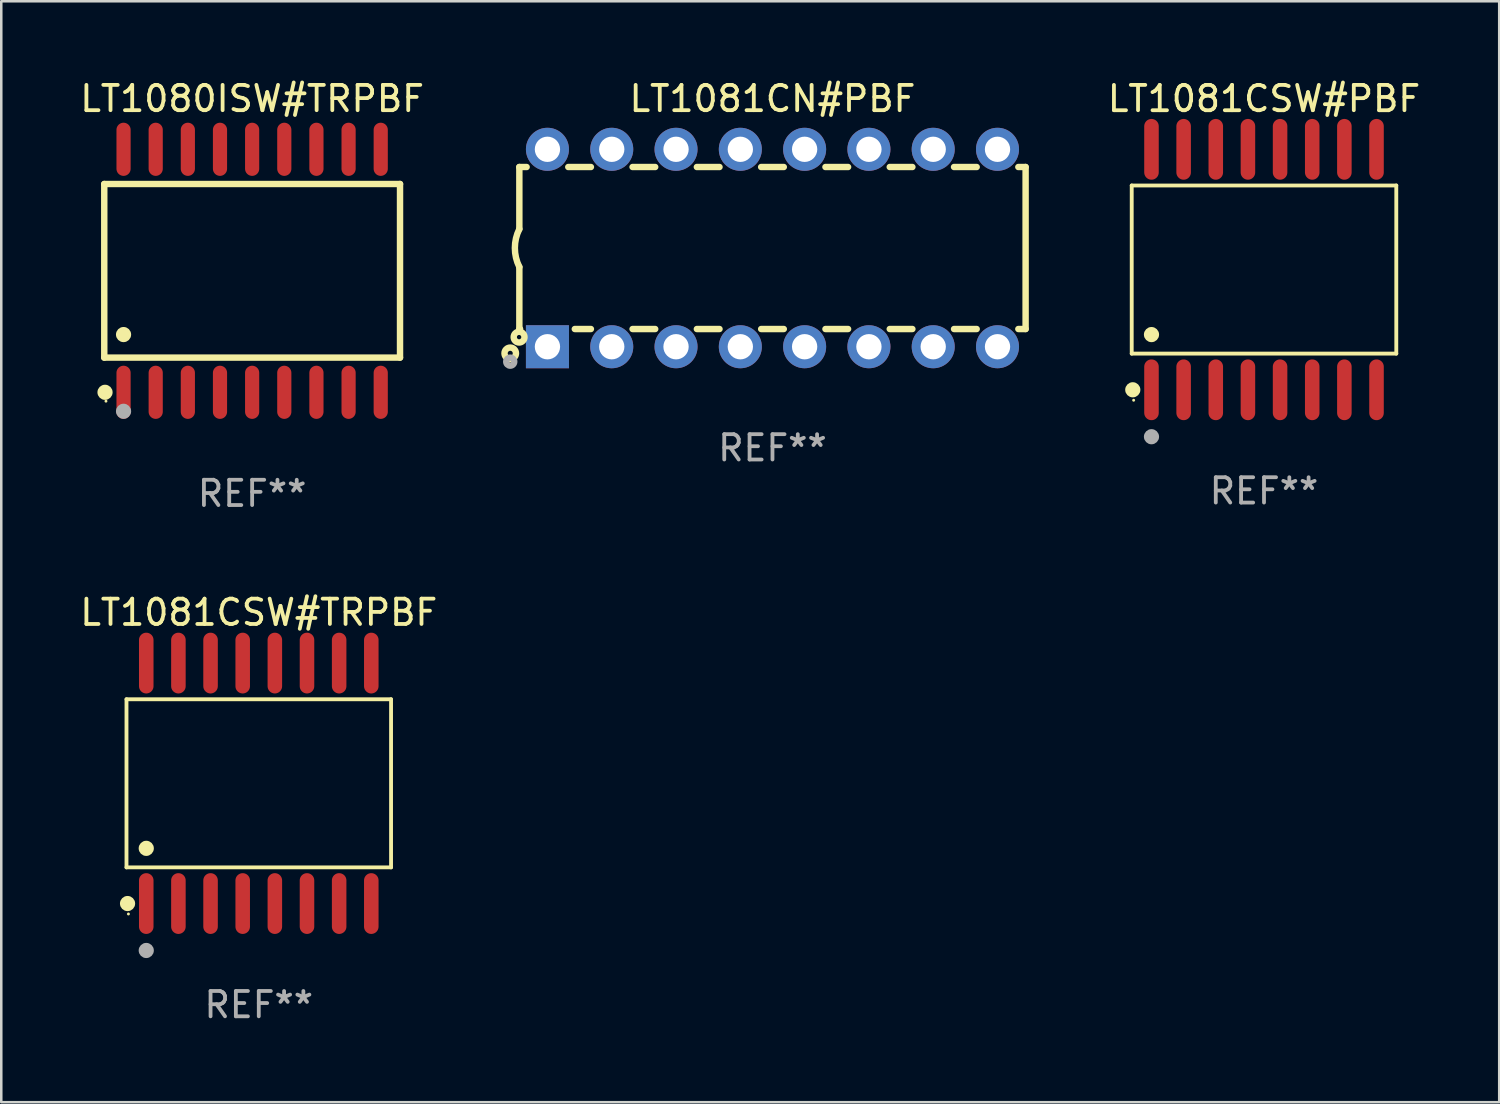
<source format=kicad_pcb>
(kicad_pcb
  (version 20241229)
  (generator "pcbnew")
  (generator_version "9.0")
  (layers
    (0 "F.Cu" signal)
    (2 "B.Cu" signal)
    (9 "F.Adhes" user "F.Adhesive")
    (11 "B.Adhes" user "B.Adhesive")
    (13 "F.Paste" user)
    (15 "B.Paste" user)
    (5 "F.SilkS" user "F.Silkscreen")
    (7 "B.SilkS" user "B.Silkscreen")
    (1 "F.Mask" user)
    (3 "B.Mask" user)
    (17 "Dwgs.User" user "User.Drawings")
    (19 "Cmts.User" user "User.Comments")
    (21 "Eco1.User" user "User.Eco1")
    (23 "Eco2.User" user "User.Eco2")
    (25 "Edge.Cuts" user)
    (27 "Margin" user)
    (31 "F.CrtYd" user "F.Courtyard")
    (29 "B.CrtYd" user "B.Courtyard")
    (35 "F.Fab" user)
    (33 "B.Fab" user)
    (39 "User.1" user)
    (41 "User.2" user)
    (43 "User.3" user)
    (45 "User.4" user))
  (footprint "LT1080ISW#TRPBF"
    (layer "F.Cu")
    (at 6.911 7.648)
    (property "Reference" "LT1080ISW#TRPBF" (at 0 -6.8 0) (layer "F.SilkS") (effects (font (size 1 1) (thickness 0.15))))
    (attr through_hole)
    (fp_line (start -5.842 -3.429) (end -5.842 3.429) (stroke (width 0.254) (type solid)) (layer "F.SilkS"))
    (fp_line (start -5.842 3.429) (end 5.842 3.429) (stroke (width 0.254) (type solid)) (layer "F.SilkS"))
    (fp_line (start 5.842 -3.429) (end -5.842 -3.429) (stroke (width 0.254) (type solid)) (layer "F.SilkS"))
    (fp_line (start 5.842 3.429) (end 5.842 -3.429) (stroke (width 0.254) (type solid)) (layer "F.SilkS"))
    (fp_circle (center -5.812 4.8) (end -5.662 4.8) (stroke (width 0.3) (type solid)) (fill no) (layer "F.SilkS"))
    (fp_circle (center -5.775 5.15) (end -5.745 5.15) (stroke (width 0.06) (type solid)) (fill no) (layer "F.SilkS"))
    (fp_circle (center -5.08 2.519) (end -4.93 2.519) (stroke (width 0.3) (type solid)) (fill no) (layer "F.SilkS"))
    (fp_circle (center -5.08 5.55) (end -4.93 5.55) (stroke (width 0.3) (type solid)) (fill no) (layer "F.Fab"))
    (fp_text user "REF**" (at 0 8.8 0) (layer "F.Fab") (effects (font (size 1 1) (thickness 0.15))))
    (pad "1" smd oval (at -5.08 4.8) (size 0.56 2.1) (layers "F.Cu" "F.Mask" "F.Paste"))
    (pad "2" smd oval (at -3.81 4.8) (size 0.56 2.1) (layers "F.Cu" "F.Mask" "F.Paste"))
    (pad "3" smd oval (at -2.54 4.8) (size 0.56 2.1) (layers "F.Cu" "F.Mask" "F.Paste"))
    (pad "4" smd oval (at -1.27 4.8) (size 0.56 2.1) (layers "F.Cu" "F.Mask" "F.Paste"))
    (pad "5" smd oval (at 0 4.8) (size 0.56 2.1) (layers "F.Cu" "F.Mask" "F.Paste"))
    (pad "6" smd oval (at 1.27 4.8) (size 0.56 2.1) (layers "F.Cu" "F.Mask" "F.Paste"))
    (pad "7" smd oval (at 2.54 4.8) (size 0.56 2.1) (layers "F.Cu" "F.Mask" "F.Paste"))
    (pad "8" smd oval (at 3.81 4.8) (size 0.56 2.1) (layers "F.Cu" "F.Mask" "F.Paste"))
    (pad "9" smd oval (at 5.08 4.8) (size 0.56 2.1) (layers "F.Cu" "F.Mask" "F.Paste"))
    (pad "10" smd oval (at 5.08 -4.8) (size 0.56 2.1) (layers "F.Cu" "F.Mask" "F.Paste"))
    (pad "11" smd oval (at 3.81 -4.8) (size 0.56 2.1) (layers "F.Cu" "F.Mask" "F.Paste"))
    (pad "12" smd oval (at 2.54 -4.8) (size 0.56 2.1) (layers "F.Cu" "F.Mask" "F.Paste"))
    (pad "13" smd oval (at 1.27 -4.8) (size 0.56 2.1) (layers "F.Cu" "F.Mask" "F.Paste"))
    (pad "14" smd oval (at 0 -4.8) (size 0.56 2.1) (layers "F.Cu" "F.Mask" "F.Paste"))
    (pad "15" smd oval (at -1.27 -4.8) (size 0.56 2.1) (layers "F.Cu" "F.Mask" "F.Paste"))
    (pad "16" smd oval (at -2.54 -4.8) (size 0.56 2.1) (layers "F.Cu" "F.Mask" "F.Paste"))
    (pad "17" smd oval (at -3.81 -4.8) (size 0.56 2.1) (layers "F.Cu" "F.Mask" "F.Paste"))
    (pad "18" smd oval (at -5.08 -4.8) (size 0.56 2.1) (layers "F.Cu" "F.Mask" "F.Paste")))
  (footprint "LT1081CN#PBF"
    (layer "F.Cu")
    (at 27.467 6.748)
    (property "Reference" "LT1081CN#PBF" (at 0 -5.9 0) (layer "F.SilkS") (effects (font (size 1 1) (thickness 0.15))))
    (attr through_hole)
    (fp_line (start -10 -3.2) (end -10 -0.75) (stroke (width 0.254) (type solid)) (layer "F.SilkS"))
    (fp_line (start -10 -3.2) (end -9.713 -3.2) (stroke (width 0.254) (type solid)) (layer "F.SilkS"))
    (fp_line (start -10 3.2) (end -10 0.75) (stroke (width 0.254) (type solid)) (layer "F.SilkS"))
    (fp_line (start -10 3.2) (end -9.971 3.2) (stroke (width 0.254) (type solid)) (layer "F.SilkS"))
    (fp_line (start -8.067 -3.2) (end -7.173 -3.2) (stroke (width 0.254) (type solid)) (layer "F.SilkS"))
    (fp_line (start -7.809 3.2) (end -7.173 3.2) (stroke (width 0.254) (type solid)) (layer "F.SilkS"))
    (fp_line (start -5.527 3.2) (end -4.633 3.2) (stroke (width 0.254) (type solid)) (layer "F.SilkS"))
    (fp_line (start -5.527 -3.2) (end -4.633 -3.2) (stroke (width 0.254) (type solid)) (layer "F.SilkS"))
    (fp_line (start -2.987 3.2) (end -2.093 3.2) (stroke (width 0.254) (type solid)) (layer "F.SilkS"))
    (fp_line (start -2.987 -3.2) (end -2.093 -3.2) (stroke (width 0.254) (type solid)) (layer "F.SilkS"))
    (fp_line (start -0.447 3.2) (end 0.447 3.2) (stroke (width 0.254) (type solid)) (layer "F.SilkS"))
    (fp_line (start -0.447 -3.2) (end 0.447 -3.2) (stroke (width 0.254) (type solid)) (layer "F.SilkS"))
    (fp_line (start 2.093 3.2) (end 2.987 3.2) (stroke (width 0.254) (type solid)) (layer "F.SilkS"))
    (fp_line (start 2.093 -3.2) (end 2.987 -3.2) (stroke (width 0.254) (type solid)) (layer "F.SilkS"))
    (fp_line (start 4.633 3.2) (end 5.527 3.2) (stroke (width 0.254) (type solid)) (layer "F.SilkS"))
    (fp_line (start 4.633 -3.2) (end 5.527 -3.2) (stroke (width 0.254) (type solid)) (layer "F.SilkS"))
    (fp_line (start 7.173 3.2) (end 8.067 3.2) (stroke (width 0.254) (type solid)) (layer "F.SilkS"))
    (fp_line (start 7.173 -3.2) (end 8.067 -3.2) (stroke (width 0.254) (type solid)) (layer "F.SilkS"))
    (fp_line (start 9.713 3.2) (end 10 3.2) (stroke (width 0.254) (type solid)) (layer "F.SilkS"))
    (fp_line (start 9.713 -3.2) (end 10 -3.2) (stroke (width 0.254) (type solid)) (layer "F.SilkS"))
    (fp_line (start 10 -3.2) (end 10 3.2) (stroke (width 0.254) (type solid)) (layer "F.SilkS"))
    (fp_arc (start -10 0.748793) (mid -10.176918 -0.000607) (end -10.000025 -0.750013) (stroke (width 0.254001) (type solid)) (layer "F.SilkS"))
    (fp_circle (center -10.36 4.16) (end -10.26 4.16) (stroke (width 0.254) (type solid)) (fill no) (layer "F.SilkS"))
    (fp_circle (center -10.01 3.52) (end -9.924 3.52) (stroke (width 0.254) (type solid)) (fill no) (layer "F.SilkS"))
    (fp_circle (center -10.36 4.49) (end -10.202 4.49) (stroke (width 0.254) (type solid)) (fill no) (layer "F.Fab"))
    (fp_text user "REF**" (at 0 7.9 0) (layer "F.Fab") (effects (font (size 1 1) (thickness 0.15))))
    (pad "1" thru_hole rect (at -8.89 3.9 90) (size 1.7 1.7) (drill 1) (layers "*.Cu" "*.Mask"))
    (pad "2" thru_hole circle (at -6.35 3.9) (size 1.7 1.7) (drill 1) (layers "*.Cu" "*.Mask"))
    (pad "3" thru_hole circle (at -3.81 3.9) (size 1.7 1.7) (drill 1) (layers "*.Cu" "*.Mask"))
    (pad "4" thru_hole circle (at -1.27 3.9) (size 1.7 1.7) (drill 1) (layers "*.Cu" "*.Mask"))
    (pad "5" thru_hole circle (at 1.27 3.9) (size 1.7 1.7) (drill 1) (layers "*.Cu" "*.Mask"))
    (pad "6" thru_hole circle (at 3.81 3.9) (size 1.7 1.7) (drill 1) (layers "*.Cu" "*.Mask"))
    (pad "7" thru_hole circle (at 6.35 3.9) (size 1.7 1.7) (drill 1) (layers "*.Cu" "*.Mask"))
    (pad "8" thru_hole circle (at 8.89 3.9) (size 1.7 1.7) (drill 1) (layers "*.Cu" "*.Mask"))
    (pad "9" thru_hole circle (at 8.89 -3.9) (size 1.7 1.7) (drill 1) (layers "*.Cu" "*.Mask"))
    (pad "10" thru_hole circle (at 6.35 -3.9) (size 1.7 1.7) (drill 1) (layers "*.Cu" "*.Mask"))
    (pad "11" thru_hole circle (at 3.81 -3.9) (size 1.7 1.7) (drill 1) (layers "*.Cu" "*.Mask"))
    (pad "12" thru_hole circle (at 1.27 -3.9) (size 1.7 1.7) (drill 1) (layers "*.Cu" "*.Mask"))
    (pad "13" thru_hole circle (at -1.27 -3.9) (size 1.7 1.7) (drill 1) (layers "*.Cu" "*.Mask"))
    (pad "14" thru_hole circle (at -3.81 -3.9) (size 1.7 1.7) (drill 1) (layers "*.Cu" "*.Mask"))
    (pad "15" thru_hole circle (at -6.35 -3.9) (size 1.7 1.7) (drill 1) (layers "*.Cu" "*.Mask"))
    (pad "16" thru_hole circle (at -8.89 -3.9) (size 1.7 1.7) (drill 1) (layers "*.Cu" "*.Mask")))
  (footprint "LT1081CSW#PBF"
    (layer "F.Cu")
    (at 46.885 7.599)
    (property "Reference" "LT1081CSW#PBF" (at 0 -6.75 0) (layer "F.SilkS") (effects (font (size 1 1) (thickness 0.15))))
    (attr through_hole)
    (fp_line (start -5.226 -3.321) (end 5.226 -3.321) (stroke (width 0.152) (type solid)) (layer "F.SilkS"))
    (fp_line (start -5.226 3.321) (end -5.226 -3.321) (stroke (width 0.152) (type solid)) (layer "F.SilkS"))
    (fp_line (start 5.226 -3.321) (end 5.226 3.321) (stroke (width 0.152) (type solid)) (layer "F.SilkS"))
    (fp_line (start 5.226 3.321) (end -5.226 3.321) (stroke (width 0.152) (type solid)) (layer "F.SilkS"))
    (fp_circle (center -5.184 4.75) (end -5.034 4.75) (stroke (width 0.3) (type solid)) (fill no) (layer "F.SilkS"))
    (fp_circle (center -5.15 5.162) (end -5.12 5.162) (stroke (width 0.06) (type solid)) (fill no) (layer "F.SilkS"))
    (fp_circle (center -4.445 2.569) (end -4.295 2.569) (stroke (width 0.3) (type solid)) (fill no) (layer "F.SilkS"))
    (fp_circle (center -4.445 6.604) (end -4.295 6.604) (stroke (width 0.3) (type solid)) (fill no) (layer "F.Fab"))
    (fp_text user "REF**" (at 0 8.75 0) (layer "F.Fab") (effects (font (size 1 1) (thickness 0.15))))
    (pad "1" smd oval (at -4.445 4.75) (size 0.574 2.401) (layers "F.Cu" "F.Mask" "F.Paste"))
    (pad "2" smd oval (at -3.175 4.75) (size 0.574 2.401) (layers "F.Cu" "F.Mask" "F.Paste"))
    (pad "3" smd oval (at -1.905 4.75) (size 0.574 2.401) (layers "F.Cu" "F.Mask" "F.Paste"))
    (pad "4" smd oval (at -0.635 4.75) (size 0.574 2.401) (layers "F.Cu" "F.Mask" "F.Paste"))
    (pad "5" smd oval (at 0.635 4.75) (size 0.574 2.401) (layers "F.Cu" "F.Mask" "F.Paste"))
    (pad "6" smd oval (at 1.905 4.75) (size 0.574 2.401) (layers "F.Cu" "F.Mask" "F.Paste"))
    (pad "7" smd oval (at 3.175 4.75) (size 0.574 2.401) (layers "F.Cu" "F.Mask" "F.Paste"))
    (pad "8" smd oval (at 4.445 4.75) (size 0.574 2.401) (layers "F.Cu" "F.Mask" "F.Paste"))
    (pad "9" smd oval (at 4.445 -4.75) (size 0.574 2.401) (layers "F.Cu" "F.Mask" "F.Paste"))
    (pad "10" smd oval (at 3.175 -4.75) (size 0.574 2.401) (layers "F.Cu" "F.Mask" "F.Paste"))
    (pad "11" smd oval (at 1.905 -4.75) (size 0.574 2.401) (layers "F.Cu" "F.Mask" "F.Paste"))
    (pad "12" smd oval (at 0.635 -4.75) (size 0.574 2.401) (layers "F.Cu" "F.Mask" "F.Paste"))
    (pad "13" smd oval (at -0.635 -4.75) (size 0.574 2.401) (layers "F.Cu" "F.Mask" "F.Paste"))
    (pad "14" smd oval (at -1.905 -4.75) (size 0.574 2.401) (layers "F.Cu" "F.Mask" "F.Paste"))
    (pad "15" smd oval (at -3.175 -4.75) (size 0.574 2.401) (layers "F.Cu" "F.Mask" "F.Paste"))
    (pad "16" smd oval (at -4.445 -4.75) (size 0.574 2.401) (layers "F.Cu" "F.Mask" "F.Paste")))
  (footprint "LT1081CSW#TRPBF"
    (layer "F.Cu")
    (at 7.173 27.895)
    (property "Reference" "LT1081CSW#TRPBF" (at 0 -6.75 0) (layer "F.SilkS") (effects (font (size 1 1) (thickness 0.15))))
    (attr through_hole)
    (fp_line (start -5.226 -3.321) (end 5.226 -3.321) (stroke (width 0.152) (type solid)) (layer "F.SilkS"))
    (fp_line (start -5.226 3.321) (end -5.226 -3.321) (stroke (width 0.152) (type solid)) (layer "F.SilkS"))
    (fp_line (start 5.226 -3.321) (end 5.226 3.321) (stroke (width 0.152) (type solid)) (layer "F.SilkS"))
    (fp_line (start 5.226 3.321) (end -5.226 3.321) (stroke (width 0.152) (type solid)) (layer "F.SilkS"))
    (fp_circle (center -5.184 4.75) (end -5.034 4.75) (stroke (width 0.3) (type solid)) (fill no) (layer "F.SilkS"))
    (fp_circle (center -5.15 5.162) (end -5.12 5.162) (stroke (width 0.06) (type solid)) (fill no) (layer "F.SilkS"))
    (fp_circle (center -4.445 2.569) (end -4.295 2.569) (stroke (width 0.3) (type solid)) (fill no) (layer "F.SilkS"))
    (fp_circle (center -4.445 6.604) (end -4.295 6.604) (stroke (width 0.3) (type solid)) (fill no) (layer "F.Fab"))
    (fp_text user "REF**" (at 0 8.75 0) (layer "F.Fab") (effects (font (size 1 1) (thickness 0.15))))
    (pad "1" smd oval (at -4.445 4.75) (size 0.574 2.401) (layers "F.Cu" "F.Mask" "F.Paste"))
    (pad "2" smd oval (at -3.175 4.75) (size 0.574 2.401) (layers "F.Cu" "F.Mask" "F.Paste"))
    (pad "3" smd oval (at -1.905 4.75) (size 0.574 2.401) (layers "F.Cu" "F.Mask" "F.Paste"))
    (pad "4" smd oval (at -0.635 4.75) (size 0.574 2.401) (layers "F.Cu" "F.Mask" "F.Paste"))
    (pad "5" smd oval (at 0.635 4.75) (size 0.574 2.401) (layers "F.Cu" "F.Mask" "F.Paste"))
    (pad "6" smd oval (at 1.905 4.75) (size 0.574 2.401) (layers "F.Cu" "F.Mask" "F.Paste"))
    (pad "7" smd oval (at 3.175 4.75) (size 0.574 2.401) (layers "F.Cu" "F.Mask" "F.Paste"))
    (pad "8" smd oval (at 4.445 4.75) (size 0.574 2.401) (layers "F.Cu" "F.Mask" "F.Paste"))
    (pad "9" smd oval (at 4.445 -4.75) (size 0.574 2.401) (layers "F.Cu" "F.Mask" "F.Paste"))
    (pad "10" smd oval (at 3.175 -4.75) (size 0.574 2.401) (layers "F.Cu" "F.Mask" "F.Paste"))
    (pad "11" smd oval (at 1.905 -4.75) (size 0.574 2.401) (layers "F.Cu" "F.Mask" "F.Paste"))
    (pad "12" smd oval (at 0.635 -4.75) (size 0.574 2.401) (layers "F.Cu" "F.Mask" "F.Paste"))
    (pad "13" smd oval (at -0.635 -4.75) (size 0.574 2.401) (layers "F.Cu" "F.Mask" "F.Paste"))
    (pad "14" smd oval (at -1.905 -4.75) (size 0.574 2.401) (layers "F.Cu" "F.Mask" "F.Paste"))
    (pad "15" smd oval (at -3.175 -4.75) (size 0.574 2.401) (layers "F.Cu" "F.Mask" "F.Paste"))
    (pad "16" smd oval (at -4.445 -4.75) (size 0.574 2.401) (layers "F.Cu" "F.Mask" "F.Paste")))
  (gr_rect
    (start -3 -3)
    (end 56.177 40.494)
    (stroke (width 0.1) (type default))
    (fill no)
    (layer "Edge.Cuts")))
</source>
